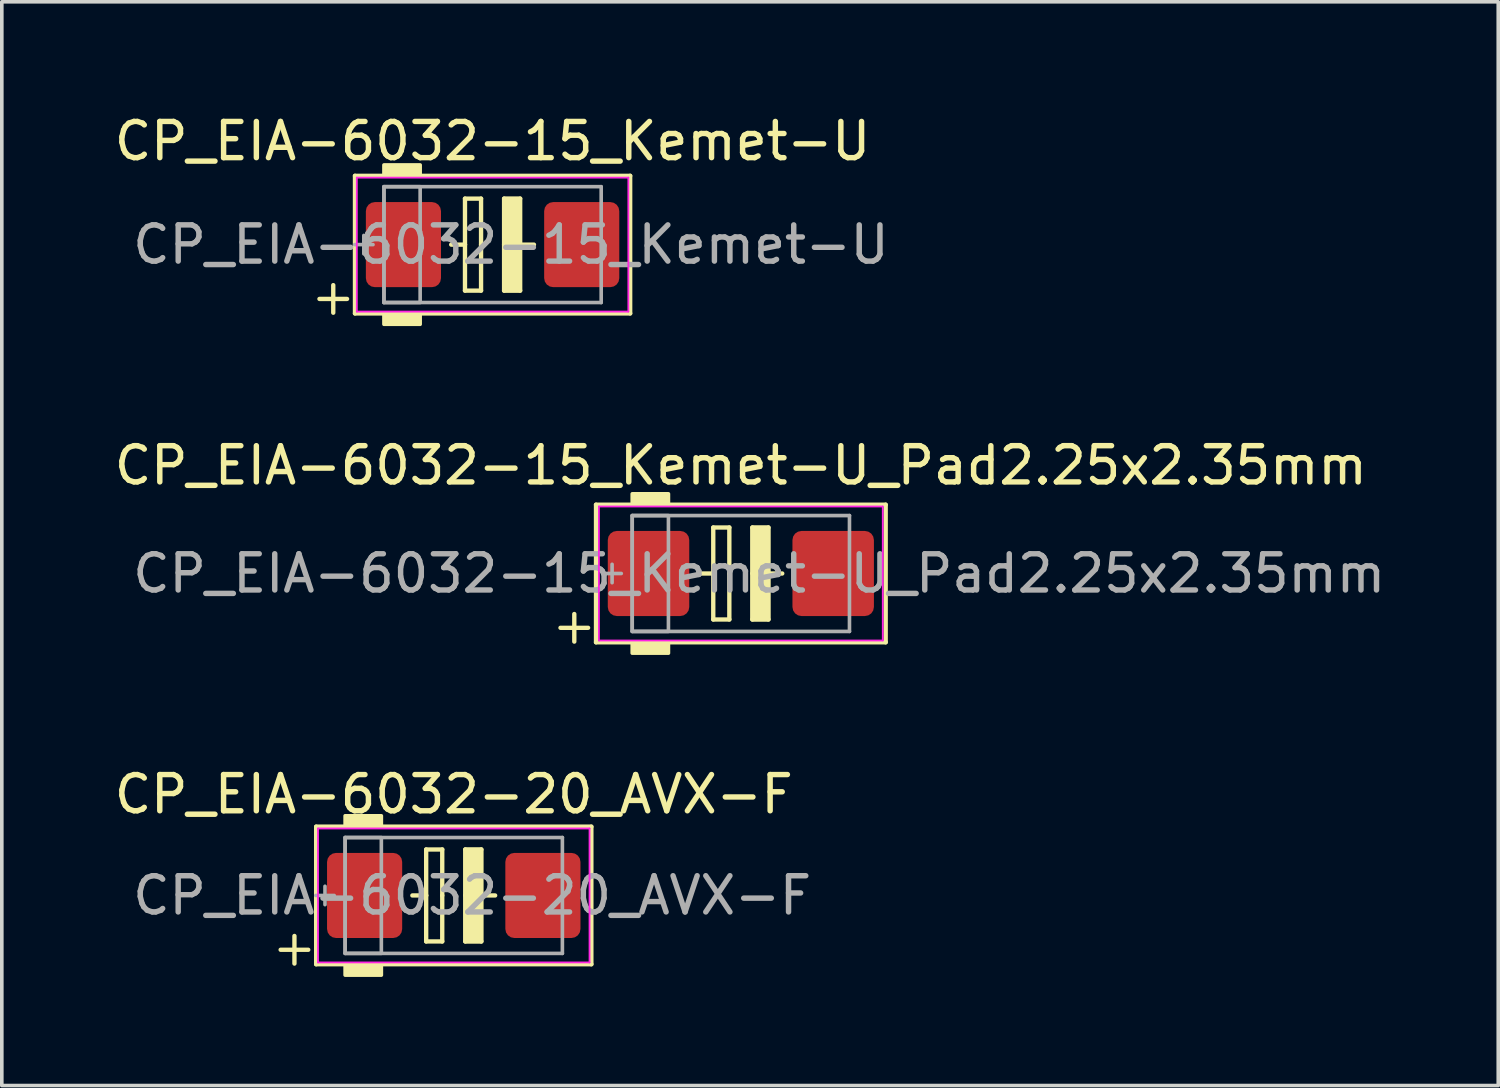
<source format=kicad_pcb>
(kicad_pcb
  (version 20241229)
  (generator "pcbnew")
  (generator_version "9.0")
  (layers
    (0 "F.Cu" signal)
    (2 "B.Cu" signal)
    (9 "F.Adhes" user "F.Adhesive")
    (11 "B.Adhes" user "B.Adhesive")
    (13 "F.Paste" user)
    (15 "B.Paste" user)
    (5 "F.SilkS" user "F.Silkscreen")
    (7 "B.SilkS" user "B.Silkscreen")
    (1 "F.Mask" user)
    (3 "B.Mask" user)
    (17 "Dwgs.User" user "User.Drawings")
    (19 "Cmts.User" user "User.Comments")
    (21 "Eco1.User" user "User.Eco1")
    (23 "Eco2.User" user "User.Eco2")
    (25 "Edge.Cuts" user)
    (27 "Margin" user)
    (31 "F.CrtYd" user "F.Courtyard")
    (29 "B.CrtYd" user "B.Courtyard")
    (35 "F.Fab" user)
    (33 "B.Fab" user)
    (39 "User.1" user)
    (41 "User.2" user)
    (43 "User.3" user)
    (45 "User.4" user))
  (footprint "CP_EIA-6032-20_AVX-F"
    (layer "F.Cu")
    (at 9.482 21.681)
    (property "Reference" "CP_EIA-6032-20_AVX-F" (at 0 -2.794 0) (layer "F.SilkS") (effects (font (size 1 1) (thickness 0.15))))
    (attr smd)
    (fp_line (start -4.781 1.5) (end -4.019 1.5) (stroke (width 0.12) (type solid)) (layer "F.SilkS"))
    (fp_line (start -4.4 1.119) (end -4.4 1.881) (stroke (width 0.12) (type solid)) (layer "F.SilkS"))
    (fp_line (start -3.8 -1.9) (end -3.8 1.9) (stroke (width 0.12) (type solid)) (layer "F.SilkS"))
    (fp_line (start -3.8 1.9) (end 3.8 1.9) (stroke (width 0.12) (type solid)) (layer "F.SilkS"))
    (fp_line (start -0.762 -1.27) (end -0.762 0) (stroke (width 0.12) (type solid)) (layer "F.SilkS"))
    (fp_line (start -0.762 0) (end -1.143 0) (stroke (width 0.12) (type solid)) (layer "F.SilkS"))
    (fp_line (start -0.762 1.27) (end -0.762 0) (stroke (width 0.12) (type solid)) (layer "F.SilkS"))
    (fp_line (start -0.318 -1.27) (end -0.762 -1.27) (stroke (width 0.12) (type solid)) (layer "F.SilkS"))
    (fp_line (start -0.318 -1.27) (end -0.318 0) (stroke (width 0.12) (type solid)) (layer "F.SilkS"))
    (fp_line (start -0.318 1.27) (end -0.762 1.27) (stroke (width 0.12) (type solid)) (layer "F.SilkS"))
    (fp_line (start -0.318 1.27) (end -0.318 0) (stroke (width 0.12) (type solid)) (layer "F.SilkS"))
    (fp_line (start 0.318 -1.27) (end 0.318 0) (stroke (width 0.12) (type solid)) (layer "F.SilkS"))
    (fp_line (start 0.318 1.27) (end 0.318 0) (stroke (width 0.12) (type solid)) (layer "F.SilkS"))
    (fp_line (start 0.762 -1.27) (end 0.318 -1.27) (stroke (width 0.12) (type solid)) (layer "F.SilkS"))
    (fp_line (start 0.762 -1.27) (end 0.762 0) (stroke (width 0.12) (type solid)) (layer "F.SilkS"))
    (fp_line (start 0.762 0) (end 1.143 0) (stroke (width 0.12) (type solid)) (layer "F.SilkS"))
    (fp_line (start 0.762 1.27) (end 0.318 1.27) (stroke (width 0.12) (type solid)) (layer "F.SilkS"))
    (fp_line (start 0.762 1.27) (end 0.762 0) (stroke (width 0.12) (type solid)) (layer "F.SilkS"))
    (fp_line (start 3.8 -1.9) (end -3.8 -1.9) (stroke (width 0.12) (type solid)) (layer "F.SilkS"))
    (fp_line (start 3.8 1.9) (end 3.8 -1.9) (stroke (width 0.12) (type solid)) (layer "F.SilkS"))
    (fp_poly (pts (xy -2 -1.9) (xy -3 -1.9) (xy -3 -2.2) (xy -2 -2.2)) (stroke (width 0.1) (type solid)) (fill yes) (layer "F.SilkS"))
    (fp_poly (pts (xy -2 2.2) (xy -3 2.2) (xy -3 1.9) (xy -2 1.9)) (stroke (width 0.1) (type solid)) (fill yes) (layer "F.SilkS"))
    (fp_poly (pts (xy 0.762 1.27) (xy 0.318 1.27) (xy 0.318 -1.27) (xy 0.762 -1.27)) (stroke (width 0.1) (type solid)) (fill yes) (layer "F.SilkS"))
    (fp_line (start -3.75 -1.85) (end 3.75 -1.85) (stroke (width 0.05) (type solid)) (layer "F.CrtYd"))
    (fp_line (start -3.75 1.85) (end -3.75 -1.85) (stroke (width 0.05) (type solid)) (layer "F.CrtYd"))
    (fp_line (start 3.75 -1.85) (end 3.75 1.85) (stroke (width 0.05) (type solid)) (layer "F.CrtYd"))
    (fp_line (start 3.75 1.85) (end -3.75 1.85) (stroke (width 0.05) (type solid)) (layer "F.CrtYd"))
    (fp_line (start -3.556 -0.254) (end -3.556 0.254) (stroke (width 0.1) (type solid)) (layer "F.Fab"))
    (fp_line (start -3.302 0) (end -3.81 0) (stroke (width 0.1) (type solid)) (layer "F.Fab"))
    (fp_line (start -3 -1.6) (end -3 1.6) (stroke (width 0.1) (type solid)) (layer "F.Fab"))
    (fp_line (start -3 1.6) (end 3 1.6) (stroke (width 0.1) (type solid)) (layer "F.Fab"))
    (fp_line (start 3 -1.6) (end -3 -1.6) (stroke (width 0.1) (type solid)) (layer "F.Fab"))
    (fp_line (start 3 1.6) (end 3 -1.6) (stroke (width 0.1) (type solid)) (layer "F.Fab"))
    (fp_rect (start -3 -1.6) (end -2 1.6) (stroke (width 0.1) (type solid)) (fill no) (layer "F.Fab"))
    (fp_text user "${REFERENCE}" (at 0.508 0 0) (layer "F.Fab") (effects (font (size 1 1) (thickness 0.15))))
    (pad "1" smd roundrect (at -2.462 0) (size 2.075 2.35) (layers "F.Cu" "F.Mask" "F.Paste") (roundrect_rratio 0.12))
    (pad "2" smd roundrect (at 2.462 0) (size 2.075 2.35) (layers "F.Cu" "F.Mask" "F.Paste") (roundrect_rratio 0.12)))
  (footprint "CP_EIA-6032-15_Kemet-U"
    (layer "F.Cu")
    (at 10.554 3.706)
    (property "Reference" "CP_EIA-6032-15_Kemet-U" (at 0 -2.857 0) (layer "F.SilkS") (effects (font (size 1 1) (thickness 0.15))))
    (attr smd)
    (fp_line (start -4.781 1.5) (end -4.019 1.5) (stroke (width 0.12) (type solid)) (layer "F.SilkS"))
    (fp_line (start -4.4 1.119) (end -4.4 1.881) (stroke (width 0.12) (type solid)) (layer "F.SilkS"))
    (fp_line (start -3.8 -1.9) (end -3.8 1.9) (stroke (width 0.12) (type solid)) (layer "F.SilkS"))
    (fp_line (start -3.8 1.9) (end 3.8 1.9) (stroke (width 0.12) (type solid)) (layer "F.SilkS"))
    (fp_line (start -0.762 -1.27) (end -0.762 0) (stroke (width 0.12) (type solid)) (layer "F.SilkS"))
    (fp_line (start -0.762 0) (end -1.143 0) (stroke (width 0.12) (type solid)) (layer "F.SilkS"))
    (fp_line (start -0.762 1.27) (end -0.762 0) (stroke (width 0.12) (type solid)) (layer "F.SilkS"))
    (fp_line (start -0.318 -1.27) (end -0.762 -1.27) (stroke (width 0.12) (type solid)) (layer "F.SilkS"))
    (fp_line (start -0.318 -1.27) (end -0.318 0) (stroke (width 0.12) (type solid)) (layer "F.SilkS"))
    (fp_line (start -0.318 1.27) (end -0.762 1.27) (stroke (width 0.12) (type solid)) (layer "F.SilkS"))
    (fp_line (start -0.318 1.27) (end -0.318 0) (stroke (width 0.12) (type solid)) (layer "F.SilkS"))
    (fp_line (start 0.318 -1.27) (end 0.318 0) (stroke (width 0.12) (type solid)) (layer "F.SilkS"))
    (fp_line (start 0.318 1.27) (end 0.318 0) (stroke (width 0.12) (type solid)) (layer "F.SilkS"))
    (fp_line (start 0.762 -1.27) (end 0.318 -1.27) (stroke (width 0.12) (type solid)) (layer "F.SilkS"))
    (fp_line (start 0.762 -1.27) (end 0.762 0) (stroke (width 0.12) (type solid)) (layer "F.SilkS"))
    (fp_line (start 0.762 0) (end 1.143 0) (stroke (width 0.12) (type solid)) (layer "F.SilkS"))
    (fp_line (start 0.762 1.27) (end 0.318 1.27) (stroke (width 0.12) (type solid)) (layer "F.SilkS"))
    (fp_line (start 0.762 1.27) (end 0.762 0) (stroke (width 0.12) (type solid)) (layer "F.SilkS"))
    (fp_line (start 3.8 -1.9) (end -3.8 -1.9) (stroke (width 0.12) (type solid)) (layer "F.SilkS"))
    (fp_line (start 3.8 1.9) (end 3.8 -1.9) (stroke (width 0.12) (type solid)) (layer "F.SilkS"))
    (fp_poly (pts (xy -2 -1.9) (xy -3 -1.9) (xy -3 -2.2) (xy -2 -2.2)) (stroke (width 0.1) (type solid)) (fill yes) (layer "F.SilkS"))
    (fp_poly (pts (xy -2 2.2) (xy -3 2.2) (xy -3 1.9) (xy -2 1.9)) (stroke (width 0.1) (type solid)) (fill yes) (layer "F.SilkS"))
    (fp_poly (pts (xy 0.762 1.27) (xy 0.318 1.27) (xy 0.318 -1.27) (xy 0.762 -1.27)) (stroke (width 0.1) (type solid)) (fill yes) (layer "F.SilkS"))
    (fp_line (start -3.75 -1.85) (end 3.75 -1.85) (stroke (width 0.05) (type solid)) (layer "F.CrtYd"))
    (fp_line (start -3.75 1.85) (end -3.75 -1.85) (stroke (width 0.05) (type solid)) (layer "F.CrtYd"))
    (fp_line (start 3.75 -1.85) (end 3.75 1.85) (stroke (width 0.05) (type solid)) (layer "F.CrtYd"))
    (fp_line (start 3.75 1.85) (end -3.75 1.85) (stroke (width 0.05) (type solid)) (layer "F.CrtYd"))
    (fp_line (start -3.556 -0.254) (end -3.556 0.254) (stroke (width 0.1) (type solid)) (layer "F.Fab"))
    (fp_line (start -3.302 0) (end -3.81 0) (stroke (width 0.1) (type solid)) (layer "F.Fab"))
    (fp_line (start -3 -1.6) (end -3 1.6) (stroke (width 0.1) (type solid)) (layer "F.Fab"))
    (fp_line (start -3 1.6) (end 3 1.6) (stroke (width 0.1) (type solid)) (layer "F.Fab"))
    (fp_line (start 3 -1.6) (end -3 -1.6) (stroke (width 0.1) (type solid)) (layer "F.Fab"))
    (fp_line (start 3 1.6) (end 3 -1.6) (stroke (width 0.1) (type solid)) (layer "F.Fab"))
    (fp_rect (start -3 -1.6) (end -2 1.6) (stroke (width 0.1) (type solid)) (fill no) (layer "F.Fab"))
    (fp_text user "${REFERENCE}" (at 0.508 0 0) (layer "F.Fab") (effects (font (size 1 1) (thickness 0.15))))
    (pad "1" smd roundrect (at -2.462 0) (size 2.075 2.35) (layers "F.Cu" "F.Mask" "F.Paste") (roundrect_rratio 0.12))
    (pad "2" smd roundrect (at 2.462 0) (size 2.075 2.35) (layers "F.Cu" "F.Mask" "F.Paste") (roundrect_rratio 0.12)))
  (footprint "CP_EIA-6032-15_Kemet-U_Pad2.25x2.35mm"
    (layer "F.Cu")
    (at 17.411 12.789)
    (property "Reference" "CP_EIA-6032-15_Kemet-U_Pad2.25x2.35mm" (at 0 -2.985 0) (layer "F.SilkS") (effects (font (size 1 1) (thickness 0.15))))
    (attr smd)
    (fp_line (start -4.981 1.5) (end -4.219 1.5) (stroke (width 0.12) (type solid)) (layer "F.SilkS"))
    (fp_line (start -4.6 1.119) (end -4.6 1.881) (stroke (width 0.12) (type solid)) (layer "F.SilkS"))
    (fp_line (start -4 -1.9) (end -4 1.9) (stroke (width 0.12) (type solid)) (layer "F.SilkS"))
    (fp_line (start -4 1.9) (end 4 1.9) (stroke (width 0.12) (type solid)) (layer "F.SilkS"))
    (fp_line (start -0.762 -1.27) (end -0.762 0) (stroke (width 0.12) (type solid)) (layer "F.SilkS"))
    (fp_line (start -0.762 0) (end -1.143 0) (stroke (width 0.12) (type solid)) (layer "F.SilkS"))
    (fp_line (start -0.762 1.27) (end -0.762 0) (stroke (width 0.12) (type solid)) (layer "F.SilkS"))
    (fp_line (start -0.318 -1.27) (end -0.762 -1.27) (stroke (width 0.12) (type solid)) (layer "F.SilkS"))
    (fp_line (start -0.318 -1.27) (end -0.318 0) (stroke (width 0.12) (type solid)) (layer "F.SilkS"))
    (fp_line (start -0.318 1.27) (end -0.762 1.27) (stroke (width 0.12) (type solid)) (layer "F.SilkS"))
    (fp_line (start -0.318 1.27) (end -0.318 0) (stroke (width 0.12) (type solid)) (layer "F.SilkS"))
    (fp_line (start 0.318 -1.27) (end 0.318 0) (stroke (width 0.12) (type solid)) (layer "F.SilkS"))
    (fp_line (start 0.318 1.27) (end 0.318 0) (stroke (width 0.12) (type solid)) (layer "F.SilkS"))
    (fp_line (start 0.762 -1.27) (end 0.318 -1.27) (stroke (width 0.12) (type solid)) (layer "F.SilkS"))
    (fp_line (start 0.762 -1.27) (end 0.762 0) (stroke (width 0.12) (type solid)) (layer "F.SilkS"))
    (fp_line (start 0.762 0) (end 1.143 0) (stroke (width 0.12) (type solid)) (layer "F.SilkS"))
    (fp_line (start 0.762 1.27) (end 0.318 1.27) (stroke (width 0.12) (type solid)) (layer "F.SilkS"))
    (fp_line (start 0.762 1.27) (end 0.762 0) (stroke (width 0.12) (type solid)) (layer "F.SilkS"))
    (fp_line (start 4 -1.9) (end -4 -1.9) (stroke (width 0.12) (type solid)) (layer "F.SilkS"))
    (fp_line (start 4 1.9) (end 4 -1.9) (stroke (width 0.12) (type solid)) (layer "F.SilkS"))
    (fp_poly (pts (xy -2 -1.9) (xy -3 -1.9) (xy -3 -2.2) (xy -2 -2.2)) (stroke (width 0.1) (type solid)) (fill yes) (layer "F.SilkS"))
    (fp_poly (pts (xy -2 2.2) (xy -3 2.2) (xy -3 1.9) (xy -2 1.9)) (stroke (width 0.1) (type solid)) (fill yes) (layer "F.SilkS"))
    (fp_poly (pts (xy 0.762 1.27) (xy 0.318 1.27) (xy 0.318 -1.27) (xy 0.762 -1.27)) (stroke (width 0.1) (type solid)) (fill yes) (layer "F.SilkS"))
    (fp_line (start -3.92 -1.85) (end 3.92 -1.85) (stroke (width 0.05) (type solid)) (layer "F.CrtYd"))
    (fp_line (start -3.92 1.85) (end -3.92 -1.85) (stroke (width 0.05) (type solid)) (layer "F.CrtYd"))
    (fp_line (start 3.92 -1.85) (end 3.92 1.85) (stroke (width 0.05) (type solid)) (layer "F.CrtYd"))
    (fp_line (start 3.92 1.85) (end -3.92 1.85) (stroke (width 0.05) (type solid)) (layer "F.CrtYd"))
    (fp_line (start -3.556 -0.254) (end -3.556 0.254) (stroke (width 0.1) (type solid)) (layer "F.Fab"))
    (fp_line (start -3.302 0) (end -3.81 0) (stroke (width 0.1) (type solid)) (layer "F.Fab"))
    (fp_line (start -3 -1.6) (end -3 1.6) (stroke (width 0.1) (type solid)) (layer "F.Fab"))
    (fp_line (start -3 1.6) (end 3 1.6) (stroke (width 0.1) (type solid)) (layer "F.Fab"))
    (fp_line (start 3 -1.6) (end -3 -1.6) (stroke (width 0.1) (type solid)) (layer "F.Fab"))
    (fp_line (start 3 1.6) (end 3 -1.6) (stroke (width 0.1) (type solid)) (layer "F.Fab"))
    (fp_rect (start -3 -1.6) (end -2 1.6) (stroke (width 0.1) (type solid)) (fill no) (layer "F.Fab"))
    (fp_text user "${REFERENCE}" (at 0.508 0 0) (layer "F.Fab") (effects (font (size 1 1) (thickness 0.15))))
    (pad "1" smd roundrect (at -2.55 0) (size 2.25 2.35) (layers "F.Cu" "F.Mask" "F.Paste") (roundrect_rratio 0.111))
    (pad "2" smd roundrect (at 2.55 0) (size 2.25 2.35) (layers "F.Cu" "F.Mask" "F.Paste") (roundrect_rratio 0.111)))
  (gr_rect
    (start -3 -3)
    (end 38.329 26.931)
    (stroke (width 0.1) (type default))
    (fill no)
    (layer "Edge.Cuts")))
</source>
